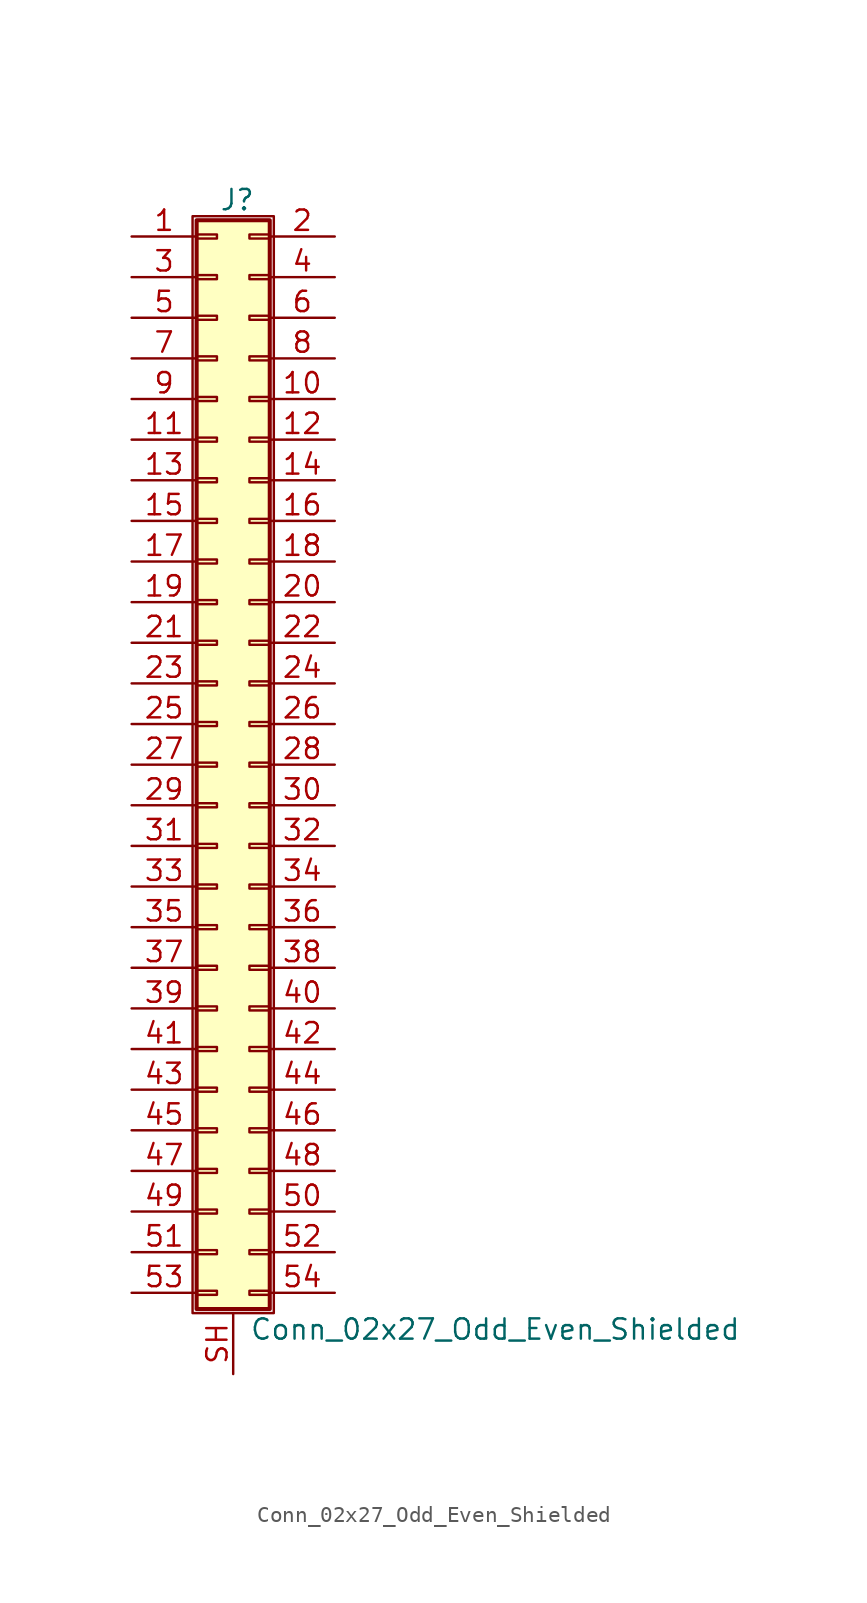
<source format=kicad_sym>
(kicad_symbol_lib
  (version 20201005)
  (generator kicad_symbol_editor)
  (symbol "Conn_02x27_Odd_Even_Shielded"
    (pin_names
      (offset 1.016) hide)
    (property "Reference" "J"
      (at 1.524 35.306 0)
      (effects (font (size 1.27 1.27))))
    (property "Value" "Conn_02x27_Odd_Even_Shielded"
      (at 2.286 -35.306 0)
      (effects (font (size 1.27 1.27)) (justify left)))
    (symbol "Conn_02x27_Odd_Even_Shielded_1_1"
      (rectangle (start -1.27 34.29) (end 3.81 -34.29) (stroke (width 0.152)) (fill (type none)))
      (rectangle (start -1.016 -32.893) (end 0.254 -33.147) (stroke (width 0.152)) (fill (type none)))
      (rectangle (start -1.016 -30.353) (end 0.254 -30.607) (stroke (width 0.152)) (fill (type none)))
      (rectangle (start -1.016 -27.813) (end 0.254 -28.067) (stroke (width 0.152)) (fill (type none)))
      (rectangle (start -1.016 -25.273) (end 0.254 -25.527) (stroke (width 0.152)) (fill (type none)))
      (rectangle (start -1.016 -22.733) (end 0.254 -22.987) (stroke (width 0.152)) (fill (type none)))
      (rectangle (start -1.016 -20.193) (end 0.254 -20.447) (stroke (width 0.152)) (fill (type none)))
      (rectangle (start -1.016 -17.653) (end 0.254 -17.907) (stroke (width 0.152)) (fill (type none)))
      (rectangle (start -1.016 -15.113) (end 0.254 -15.367) (stroke (width 0.152)) (fill (type none)))
      (rectangle (start -1.016 -12.573) (end 0.254 -12.827) (stroke (width 0.152)) (fill (type none)))
      (rectangle (start -1.016 -10.033) (end 0.254 -10.287) (stroke (width 0.152)) (fill (type none)))
      (rectangle (start -1.016 -7.493) (end 0.254 -7.747) (stroke (width 0.152)) (fill (type none)))
      (rectangle (start -1.016 -4.953) (end 0.254 -5.207) (stroke (width 0.152)) (fill (type none)))
      (rectangle (start -1.016 -2.413) (end 0.254 -2.667) (stroke (width 0.152)) (fill (type none)))
      (rectangle (start -1.016 0.127) (end 0.254 -0.127) (stroke (width 0.152)) (fill (type none)))
      (rectangle (start -1.016 2.667) (end 0.254 2.413) (stroke (width 0.152)) (fill (type none)))
      (rectangle (start -1.016 5.207) (end 0.254 4.953) (stroke (width 0.152)) (fill (type none)))
      (rectangle (start -1.016 7.747) (end 0.254 7.493) (stroke (width 0.152)) (fill (type none)))
      (rectangle (start -1.016 10.287) (end 0.254 10.033) (stroke (width 0.152)) (fill (type none)))
      (rectangle (start -1.016 12.827) (end 0.254 12.573) (stroke (width 0.152)) (fill (type none)))
      (rectangle (start -1.016 15.367) (end 0.254 15.113) (stroke (width 0.152)) (fill (type none)))
      (rectangle (start -1.016 17.907) (end 0.254 17.653) (stroke (width 0.152)) (fill (type none)))
      (rectangle (start -1.016 20.447) (end 0.254 20.193) (stroke (width 0.152)) (fill (type none)))
      (rectangle (start -1.016 22.987) (end 0.254 22.733) (stroke (width 0.152)) (fill (type none)))
      (rectangle (start -1.016 25.527) (end 0.254 25.273) (stroke (width 0.152)) (fill (type none)))
      (rectangle (start -1.016 28.067) (end 0.254 27.813) (stroke (width 0.152)) (fill (type none)))
      (rectangle (start -1.016 30.607) (end 0.254 30.353) (stroke (width 0.152)) (fill (type none)))
      (rectangle (start -1.016 33.147) (end 0.254 32.893) (stroke (width 0.152)) (fill (type none)))
      (rectangle (start 3.556 -32.893) (end 2.286 -33.147) (stroke (width 0.152)) (fill (type none)))
      (rectangle (start 3.556 -30.353) (end 2.286 -30.607) (stroke (width 0.152)) (fill (type none)))
      (rectangle (start 3.556 -27.813) (end 2.286 -28.067) (stroke (width 0.152)) (fill (type none)))
      (rectangle (start 3.556 -25.273) (end 2.286 -25.527) (stroke (width 0.152)) (fill (type none)))
      (rectangle (start 3.556 -22.733) (end 2.286 -22.987) (stroke (width 0.152)) (fill (type none)))
      (rectangle (start 3.556 -20.193) (end 2.286 -20.447) (stroke (width 0.152)) (fill (type none)))
      (rectangle (start 3.556 -17.653) (end 2.286 -17.907) (stroke (width 0.152)) (fill (type none)))
      (rectangle (start 3.556 -15.113) (end 2.286 -15.367) (stroke (width 0.152)) (fill (type none)))
      (rectangle (start 3.556 -12.573) (end 2.286 -12.827) (stroke (width 0.152)) (fill (type none)))
      (rectangle (start 3.556 -10.033) (end 2.286 -10.287) (stroke (width 0.152)) (fill (type none)))
      (rectangle (start 3.556 -7.493) (end 2.286 -7.747) (stroke (width 0.152)) (fill (type none)))
      (rectangle (start 3.556 -4.953) (end 2.286 -5.207) (stroke (width 0.152)) (fill (type none)))
      (rectangle (start 3.556 -2.413) (end 2.286 -2.667) (stroke (width 0.152)) (fill (type none)))
      (rectangle (start 3.556 0.127) (end 2.286 -0.127) (stroke (width 0.152)) (fill (type none)))
      (rectangle (start 3.556 2.667) (end 2.286 2.413) (stroke (width 0.152)) (fill (type none)))
      (rectangle (start 3.556 5.207) (end 2.286 4.953) (stroke (width 0.152)) (fill (type none)))
      (rectangle (start 3.556 7.747) (end 2.286 7.493) (stroke (width 0.152)) (fill (type none)))
      (rectangle (start 3.556 10.287) (end 2.286 10.033) (stroke (width 0.152)) (fill (type none)))
      (rectangle (start 3.556 12.827) (end 2.286 12.573) (stroke (width 0.152)) (fill (type none)))
      (rectangle (start 3.556 15.367) (end 2.286 15.113) (stroke (width 0.152)) (fill (type none)))
      (rectangle (start 3.556 17.907) (end 2.286 17.653) (stroke (width 0.152)) (fill (type none)))
      (rectangle (start 3.556 20.447) (end 2.286 20.193) (stroke (width 0.152)) (fill (type none)))
      (rectangle (start 3.556 22.987) (end 2.286 22.733) (stroke (width 0.152)) (fill (type none)))
      (rectangle (start 3.556 25.527) (end 2.286 25.273) (stroke (width 0.152)) (fill (type none)))
      (rectangle (start 3.556 28.067) (end 2.286 27.813) (stroke (width 0.152)) (fill (type none)))
      (rectangle (start 3.556 30.607) (end 2.286 30.353) (stroke (width 0.152)) (fill (type none)))
      (rectangle (start 3.556 33.147) (end 2.286 32.893) (stroke (width 0.152)) (fill (type none)))
      (rectangle (start -1.016 34.036) (end 3.556 -34.036) (stroke (width 0.254)) (fill (type background)))
      (pin passive line (at -5.08 33.02 0) (length 4.064) (name "Pin_1" (effects (font (size 1.27 1.27)))) (number "1" (effects (font (size 1.27 1.27)))))
      (pin passive line (at 7.62 22.86 180) (length 4.064) (name "Pin_10" (effects (font (size 1.27 1.27)))) (number "10" (effects (font (size 1.27 1.27)))))
      (pin passive line (at -5.08 20.32 0) (length 4.064) (name "Pin_11" (effects (font (size 1.27 1.27)))) (number "11" (effects (font (size 1.27 1.27)))))
      (pin passive line (at 7.62 20.32 180) (length 4.064) (name "Pin_12" (effects (font (size 1.27 1.27)))) (number "12" (effects (font (size 1.27 1.27)))))
      (pin passive line (at -5.08 17.78 0) (length 4.064) (name "Pin_13" (effects (font (size 1.27 1.27)))) (number "13" (effects (font (size 1.27 1.27)))))
      (pin passive line (at 7.62 17.78 180) (length 4.064) (name "Pin_14" (effects (font (size 1.27 1.27)))) (number "14" (effects (font (size 1.27 1.27)))))
      (pin passive line (at -5.08 15.24 0) (length 4.064) (name "Pin_15" (effects (font (size 1.27 1.27)))) (number "15" (effects (font (size 1.27 1.27)))))
      (pin passive line (at 7.62 15.24 180) (length 4.064) (name "Pin_16" (effects (font (size 1.27 1.27)))) (number "16" (effects (font (size 1.27 1.27)))))
      (pin passive line (at -5.08 12.7 0) (length 4.064) (name "Pin_17" (effects (font (size 1.27 1.27)))) (number "17" (effects (font (size 1.27 1.27)))))
      (pin passive line (at 7.62 12.7 180) (length 4.064) (name "Pin_18" (effects (font (size 1.27 1.27)))) (number "18" (effects (font (size 1.27 1.27)))))
      (pin passive line (at -5.08 10.16 0) (length 4.064) (name "Pin_19" (effects (font (size 1.27 1.27)))) (number "19" (effects (font (size 1.27 1.27)))))
      (pin passive line (at 7.62 33.02 180) (length 4.064) (name "Pin_2" (effects (font (size 1.27 1.27)))) (number "2" (effects (font (size 1.27 1.27)))))
      (pin passive line (at 7.62 10.16 180) (length 4.064) (name "Pin_20" (effects (font (size 1.27 1.27)))) (number "20" (effects (font (size 1.27 1.27)))))
      (pin passive line (at -5.08 7.62 0) (length 4.064) (name "Pin_21" (effects (font (size 1.27 1.27)))) (number "21" (effects (font (size 1.27 1.27)))))
      (pin passive line (at 7.62 7.62 180) (length 4.064) (name "Pin_22" (effects (font (size 1.27 1.27)))) (number "22" (effects (font (size 1.27 1.27)))))
      (pin passive line (at -5.08 5.08 0) (length 4.064) (name "Pin_23" (effects (font (size 1.27 1.27)))) (number "23" (effects (font (size 1.27 1.27)))))
      (pin passive line (at 7.62 5.08 180) (length 4.064) (name "Pin_24" (effects (font (size 1.27 1.27)))) (number "24" (effects (font (size 1.27 1.27)))))
      (pin passive line (at -5.08 2.54 0) (length 4.064) (name "Pin_25" (effects (font (size 1.27 1.27)))) (number "25" (effects (font (size 1.27 1.27)))))
      (pin passive line (at 7.62 2.54 180) (length 4.064) (name "Pin_26" (effects (font (size 1.27 1.27)))) (number "26" (effects (font (size 1.27 1.27)))))
      (pin passive line (at -5.08 0 0) (length 4.064) (name "Pin_27" (effects (font (size 1.27 1.27)))) (number "27" (effects (font (size 1.27 1.27)))))
      (pin passive line (at 7.62 0 180) (length 4.064) (name "Pin_28" (effects (font (size 1.27 1.27)))) (number "28" (effects (font (size 1.27 1.27)))))
      (pin passive line (at -5.08 -2.54 0) (length 4.064) (name "Pin_29" (effects (font (size 1.27 1.27)))) (number "29" (effects (font (size 1.27 1.27)))))
      (pin passive line (at -5.08 30.48 0) (length 4.064) (name "Pin_3" (effects (font (size 1.27 1.27)))) (number "3" (effects (font (size 1.27 1.27)))))
      (pin passive line (at 7.62 -2.54 180) (length 4.064) (name "Pin_30" (effects (font (size 1.27 1.27)))) (number "30" (effects (font (size 1.27 1.27)))))
      (pin passive line (at -5.08 -5.08 0) (length 4.064) (name "Pin_31" (effects (font (size 1.27 1.27)))) (number "31" (effects (font (size 1.27 1.27)))))
      (pin passive line (at 7.62 -5.08 180) (length 4.064) (name "Pin_32" (effects (font (size 1.27 1.27)))) (number "32" (effects (font (size 1.27 1.27)))))
      (pin passive line (at -5.08 -7.62 0) (length 4.064) (name "Pin_33" (effects (font (size 1.27 1.27)))) (number "33" (effects (font (size 1.27 1.27)))))
      (pin passive line (at 7.62 -7.62 180) (length 4.064) (name "Pin_34" (effects (font (size 1.27 1.27)))) (number "34" (effects (font (size 1.27 1.27)))))
      (pin passive line (at -5.08 -10.16 0) (length 4.064) (name "Pin_35" (effects (font (size 1.27 1.27)))) (number "35" (effects (font (size 1.27 1.27)))))
      (pin passive line (at 7.62 -10.16 180) (length 4.064) (name "Pin_36" (effects (font (size 1.27 1.27)))) (number "36" (effects (font (size 1.27 1.27)))))
      (pin passive line (at -5.08 -12.7 0) (length 4.064) (name "Pin_37" (effects (font (size 1.27 1.27)))) (number "37" (effects (font (size 1.27 1.27)))))
      (pin passive line (at 7.62 -12.7 180) (length 4.064) (name "Pin_38" (effects (font (size 1.27 1.27)))) (number "38" (effects (font (size 1.27 1.27)))))
      (pin passive line (at -5.08 -15.24 0) (length 4.064) (name "Pin_39" (effects (font (size 1.27 1.27)))) (number "39" (effects (font (size 1.27 1.27)))))
      (pin passive line (at 7.62 30.48 180) (length 4.064) (name "Pin_4" (effects (font (size 1.27 1.27)))) (number "4" (effects (font (size 1.27 1.27)))))
      (pin passive line (at 7.62 -15.24 180) (length 4.064) (name "Pin_40" (effects (font (size 1.27 1.27)))) (number "40" (effects (font (size 1.27 1.27)))))
      (pin passive line (at -5.08 -17.78 0) (length 4.064) (name "Pin_41" (effects (font (size 1.27 1.27)))) (number "41" (effects (font (size 1.27 1.27)))))
      (pin passive line (at 7.62 -17.78 180) (length 4.064) (name "Pin_42" (effects (font (size 1.27 1.27)))) (number "42" (effects (font (size 1.27 1.27)))))
      (pin passive line (at -5.08 -20.32 0) (length 4.064) (name "Pin_43" (effects (font (size 1.27 1.27)))) (number "43" (effects (font (size 1.27 1.27)))))
      (pin passive line (at 7.62 -20.32 180) (length 4.064) (name "Pin_44" (effects (font (size 1.27 1.27)))) (number "44" (effects (font (size 1.27 1.27)))))
      (pin passive line (at -5.08 -22.86 0) (length 4.064) (name "Pin_45" (effects (font (size 1.27 1.27)))) (number "45" (effects (font (size 1.27 1.27)))))
      (pin passive line (at 7.62 -22.86 180) (length 4.064) (name "Pin_46" (effects (font (size 1.27 1.27)))) (number "46" (effects (font (size 1.27 1.27)))))
      (pin passive line (at -5.08 -25.4 0) (length 4.064) (name "Pin_47" (effects (font (size 1.27 1.27)))) (number "47" (effects (font (size 1.27 1.27)))))
      (pin passive line (at 7.62 -25.4 180) (length 4.064) (name "Pin_48" (effects (font (size 1.27 1.27)))) (number "48" (effects (font (size 1.27 1.27)))))
      (pin passive line (at -5.08 -27.94 0) (length 4.064) (name "Pin_49" (effects (font (size 1.27 1.27)))) (number "49" (effects (font (size 1.27 1.27)))))
      (pin passive line (at -5.08 27.94 0) (length 4.064) (name "Pin_5" (effects (font (size 1.27 1.27)))) (number "5" (effects (font (size 1.27 1.27)))))
      (pin passive line (at 7.62 -27.94 180) (length 4.064) (name "Pin_50" (effects (font (size 1.27 1.27)))) (number "50" (effects (font (size 1.27 1.27)))))
      (pin passive line (at -5.08 -30.48 0) (length 4.064) (name "Pin_51" (effects (font (size 1.27 1.27)))) (number "51" (effects (font (size 1.27 1.27)))))
      (pin passive line (at 7.62 -30.48 180) (length 4.064) (name "Pin_52" (effects (font (size 1.27 1.27)))) (number "52" (effects (font (size 1.27 1.27)))))
      (pin passive line (at -5.08 -33.02 0) (length 4.064) (name "Pin_53" (effects (font (size 1.27 1.27)))) (number "53" (effects (font (size 1.27 1.27)))))
      (pin passive line (at 7.62 -33.02 180) (length 4.064) (name "Pin_54" (effects (font (size 1.27 1.27)))) (number "54" (effects (font (size 1.27 1.27)))))
      (pin passive line (at 7.62 27.94 180) (length 4.064) (name "Pin_6" (effects (font (size 1.27 1.27)))) (number "6" (effects (font (size 1.27 1.27)))))
      (pin passive line (at -5.08 25.4 0) (length 4.064) (name "Pin_7" (effects (font (size 1.27 1.27)))) (number "7" (effects (font (size 1.27 1.27)))))
      (pin passive line (at 7.62 25.4 180) (length 4.064) (name "Pin_8" (effects (font (size 1.27 1.27)))) (number "8" (effects (font (size 1.27 1.27)))))
      (pin passive line (at -5.08 22.86 0) (length 4.064) (name "Pin_9" (effects (font (size 1.27 1.27)))) (number "9" (effects (font (size 1.27 1.27)))))
      (pin passive line (at 1.27 -38.1 90) (length 3.81) (name "Shield" (effects (font (size 1.27 1.27)))) (number "SH" (effects (font (size 1.27 1.27))))))))
</source>
